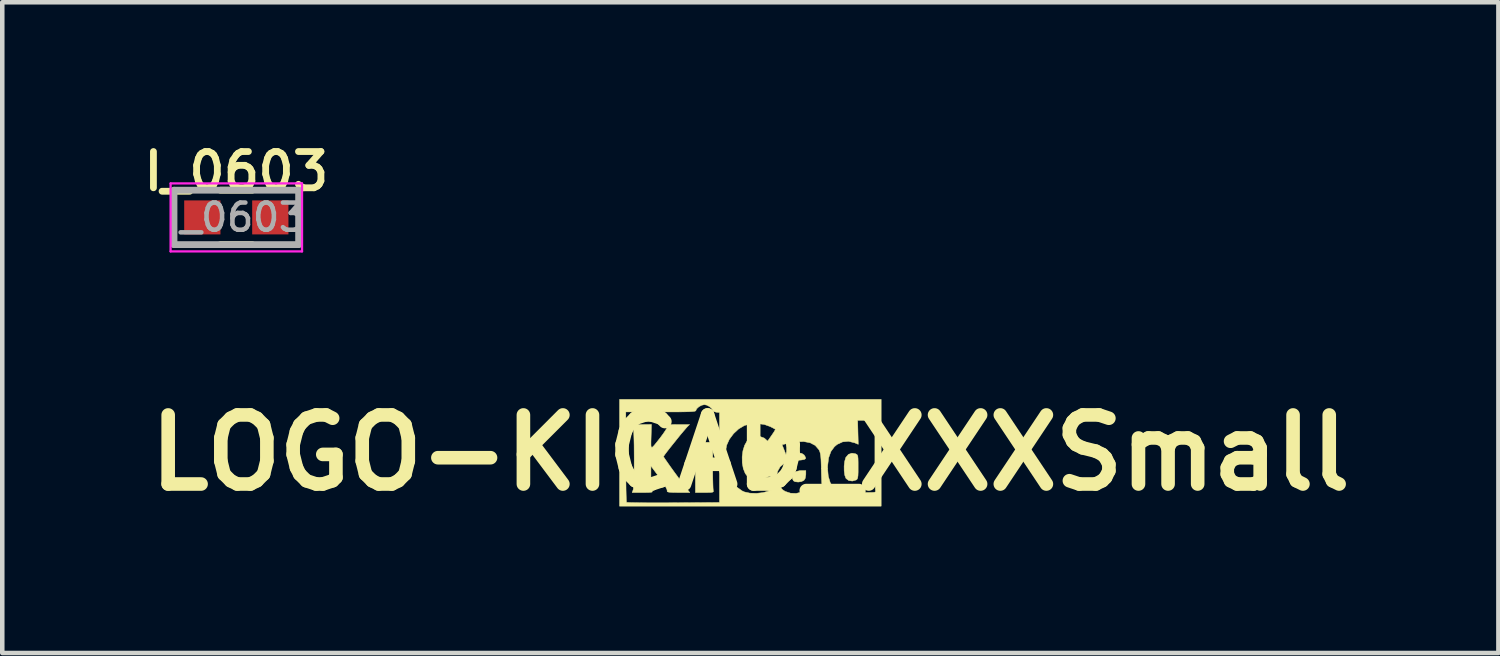
<source format=kicad_pcb>
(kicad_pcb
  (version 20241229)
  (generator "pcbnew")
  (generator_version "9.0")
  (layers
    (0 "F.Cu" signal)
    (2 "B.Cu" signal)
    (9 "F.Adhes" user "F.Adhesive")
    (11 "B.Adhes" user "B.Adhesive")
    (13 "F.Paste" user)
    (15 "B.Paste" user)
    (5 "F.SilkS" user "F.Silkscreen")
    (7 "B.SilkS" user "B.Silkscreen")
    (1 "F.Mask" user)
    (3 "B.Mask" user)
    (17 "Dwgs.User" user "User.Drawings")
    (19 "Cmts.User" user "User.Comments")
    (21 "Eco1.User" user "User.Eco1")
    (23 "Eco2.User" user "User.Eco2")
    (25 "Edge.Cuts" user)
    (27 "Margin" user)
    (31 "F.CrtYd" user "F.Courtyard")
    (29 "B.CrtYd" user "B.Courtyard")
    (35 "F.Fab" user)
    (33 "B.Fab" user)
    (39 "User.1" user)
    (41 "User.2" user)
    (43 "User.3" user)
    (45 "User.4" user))
  (footprint "LOGO-KICAD_XXXSmall"
    (layer "F.Cu")
    (at 13.506 6.94)
    (property "Reference" "LOGO-KICAD_XXXSmall" (at 0 0 0) (layer "F.SilkS") (effects (font (size 1.524 1.524) (thickness 0.3))))
    (attr through_hole)
    (fp_poly (pts (xy 1.224 0.481) (xy 1.21 0.565) (xy 1.182 0.608) (xy 1.127 0.635) (xy 1.056 0.646) (xy 0.988 0.638) (xy 0.951 0.619) (xy 0.93 0.576) (xy 0.924 0.528) (xy 0.944 0.461) (xy 1.002 0.415) (xy 1.094 0.394) (xy 1.125 0.393) (xy 1.224 0.393) (xy 1.224 0.481)) (stroke (width 0.01) (type solid)) (fill yes) (layer "F.SilkS"))
    (fp_poly (pts (xy -1.022 -0.231) (xy -0.831 -0.231) (xy -0.831 0.287) (xy -0.831 0.438) (xy -0.829 0.576) (xy -0.826 0.692) (xy -0.823 0.779) (xy -0.819 0.831) (xy -0.817 0.841) (xy -0.816 0.858) (xy -0.834 0.869) (xy -0.88 0.875) (xy -0.96 0.877) (xy -1.008 0.877) (xy -1.212 0.877) (xy -1.212 -0.231) (xy -1.022 -0.231)) (stroke (width 0.01) (type solid)) (fill yes) (layer "F.SilkS"))
    (fp_poly (pts (xy 2.319 0.022) (xy 2.344 0.034) (xy 2.361 0.05) (xy 2.371 0.079) (xy 2.376 0.131) (xy 2.378 0.213) (xy 2.378 0.31) (xy 2.378 0.426) (xy 2.375 0.504) (xy 2.368 0.552) (xy 2.356 0.581) (xy 2.339 0.597) (xy 2.334 0.6) (xy 2.25 0.624) (xy 2.172 0.613) (xy 2.112 0.568) (xy 2.108 0.562) (xy 2.083 0.495) (xy 2.07 0.399) (xy 2.069 0.292) (xy 2.081 0.19) (xy 2.104 0.109) (xy 2.108 0.101) (xy 2.165 0.035) (xy 2.241 0.009) (xy 2.319 0.022)) (stroke (width 0.01) (type solid)) (fill yes) (layer "F.SilkS"))
    (fp_poly (pts (xy -2.19 -0.352) (xy -2.193 -0.238) (xy -2.193 -0.161) (xy -2.185 -0.123) (xy -2.165 -0.121) (xy -2.128 -0.156) (xy -2.07 -0.227) (xy -1.989 -0.33) (xy -1.927 -0.414) (xy -1.875 -0.49) (xy -1.842 -0.547) (xy -1.833 -0.567) (xy -1.825 -0.592) (xy -1.81 -0.609) (xy -1.779 -0.618) (xy -1.723 -0.622) (xy -1.634 -0.623) (xy -1.58 -0.623) (xy -1.341 -0.623) (xy -1.393 -0.572) (xy -1.428 -0.532) (xy -1.482 -0.469) (xy -1.55 -0.388) (xy -1.624 -0.296) (xy -1.701 -0.2) (xy -1.774 -0.109) (xy -1.837 -0.028) (xy -1.885 0.036) (xy -1.912 0.075) (xy -1.917 0.083) (xy -1.904 0.106) (xy -1.868 0.159) (xy -1.815 0.235) (xy -1.75 0.327) (xy -1.677 0.428) (xy -1.602 0.53) (xy -1.531 0.628) (xy -1.467 0.713) (xy -1.416 0.778) (xy -1.415 0.779) (xy -1.336 0.877) (xy -1.593 0.877) (xy -1.719 0.875) (xy -1.799 0.869) (xy -1.834 0.859) (xy -1.835 0.854) (xy -1.838 0.817) (xy -1.871 0.747) (xy -1.933 0.648) (xy -2.022 0.521) (xy -2.065 0.464) (xy -2.194 0.292) (xy -2.194 0.557) (xy -2.191 0.697) (xy -2.183 0.793) (xy -2.17 0.844) (xy -2.166 0.85) (xy -2.163 0.863) (xy -2.188 0.871) (xy -2.247 0.876) (xy -2.346 0.877) (xy -2.373 0.877) (xy -2.608 0.877) (xy -2.586 0.818) (xy -2.579 0.777) (xy -2.573 0.698) (xy -2.569 0.589) (xy -2.566 0.456) (xy -2.564 0.307) (xy -2.563 0.15) (xy -2.564 -0.009) (xy -2.565 -0.162) (xy -2.568 -0.301) (xy -2.572 -0.42) (xy -2.577 -0.511) (xy -2.583 -0.567) (xy -2.587 -0.579) (xy -2.596 -0.6) (xy -2.589 -0.613) (xy -2.56 -0.62) (xy -2.5 -0.623) (xy -2.403 -0.623) (xy -2.396 -0.623) (xy -2.182 -0.624) (xy -2.19 -0.352)) (stroke (width 0.01) (type solid)) (fill yes) (layer "F.SilkS"))
    (fp_poly (pts (xy 2.886 1.178) (xy -2.886 1.178) (xy -2.886 -0.901) (xy -2.748 -0.901) (xy -2.748 0.089) (xy -2.747 0.298) (xy -2.746 0.493) (xy -2.745 0.669) (xy -2.743 0.82) (xy -2.74 0.943) (xy -2.737 1.033) (xy -2.734 1.083) (xy -2.732 1.093) (xy -2.707 1.096) (xy -2.639 1.099) (xy -2.536 1.101) (xy -2.4 1.103) (xy -2.237 1.104) (xy -2.052 1.104) (xy -1.849 1.104) (xy -1.699 1.103) (xy -0.681 1.097) (xy -0.681 0.122) (xy -0.555 0.122) (xy -0.544 0.278) (xy -0.516 0.421) (xy -0.477 0.526) (xy -0.395 0.653) (xy -0.294 0.761) (xy -0.184 0.84) (xy -0.132 0.864) (xy -0.009 0.891) (xy 0.134 0.896) (xy 0.281 0.879) (xy 0.413 0.842) (xy 0.458 0.823) (xy 0.58 0.76) (xy 0.518 0.651) (xy 0.48 0.587) (xy 0.45 0.54) (xy 0.439 0.524) (xy 0.412 0.524) (xy 0.357 0.543) (xy 0.305 0.568) (xy 0.191 0.611) (xy 0.09 0.611) (xy -0.006 0.569) (xy -0.045 0.54) (xy -0.084 0.492) (xy 0.583 0.492) (xy 0.59 0.617) (xy 0.635 0.729) (xy 0.713 0.817) (xy 0.769 0.853) (xy 0.888 0.892) (xy 1.01 0.897) (xy 1.119 0.87) (xy 1.149 0.855) (xy 1.198 0.828) (xy 1.22 0.827) (xy 1.224 0.843) (xy 1.232 0.86) (xy 1.263 0.871) (xy 1.325 0.876) (xy 1.423 0.877) (xy 1.52 0.876) (xy 1.578 0.871) (xy 1.601 0.862) (xy 1.598 0.849) (xy 1.589 0.816) (xy 1.581 0.744) (xy 1.574 0.64) (xy 1.569 0.511) (xy 1.566 0.416) (xy 1.565 0.347) (xy 1.704 0.347) (xy 1.719 0.517) (xy 1.763 0.661) (xy 1.836 0.774) (xy 1.928 0.848) (xy 2.049 0.891) (xy 2.18 0.896) (xy 2.303 0.863) (xy 2.316 0.857) (xy 2.371 0.832) (xy 2.397 0.831) (xy 2.401 0.845) (xy 2.412 0.862) (xy 2.45 0.872) (xy 2.521 0.877) (xy 2.589 0.877) (xy 2.681 0.876) (xy 2.736 0.872) (xy 2.761 0.862) (xy 2.763 0.846) (xy 2.762 0.841) (xy 2.758 0.81) (xy 2.755 0.738) (xy 2.753 0.632) (xy 2.75 0.496) (xy 2.749 0.338) (xy 2.748 0.162) (xy 2.748 0.044) (xy 2.748 -0.716) (xy 2.557 -0.716) (xy 2.367 -0.716) (xy 2.374 -0.451) (xy 2.381 -0.186) (xy 2.3 -0.22) (xy 2.166 -0.253) (xy 2.037 -0.241) (xy 1.916 -0.185) (xy 1.854 -0.133) (xy 1.777 -0.028) (xy 1.727 0.112) (xy 1.705 0.289) (xy 1.704 0.347) (xy 1.565 0.347) (xy 1.563 0.266) (xy 1.559 0.155) (xy 1.553 0.074) (xy 1.544 0.017) (xy 1.532 -0.026) (xy 1.516 -0.061) (xy 1.512 -0.068) (xy 1.431 -0.162) (xy 1.319 -0.221) (xy 1.176 -0.248) (xy 1.003 -0.24) (xy 0.885 -0.22) (xy 0.699 -0.179) (xy 0.747 -0.058) (xy 0.794 0.063) (xy 0.87 0.031) (xy 0.965 0.005) (xy 1.059 -0.001) (xy 1.138 0.016) (xy 1.188 0.051) (xy 1.216 0.099) (xy 1.218 0.13) (xy 1.188 0.149) (xy 1.121 0.16) (xy 1.042 0.166) (xy 0.876 0.189) (xy 0.749 0.235) (xy 0.658 0.307) (xy 0.603 0.405) (xy 0.583 0.492) (xy -0.084 0.492) (xy -0.112 0.458) (xy -0.156 0.349) (xy -0.179 0.222) (xy -0.181 0.089) (xy -0.164 -0.043) (xy -0.127 -0.163) (xy -0.072 -0.261) (xy 0.001 -0.328) (xy 0.016 -0.335) (xy 0.114 -0.362) (xy 0.215 -0.358) (xy 0.304 -0.325) (xy 0.331 -0.303) (xy 0.381 -0.257) (xy 0.47 -0.384) (xy 0.514 -0.449) (xy 0.543 -0.497) (xy 0.551 -0.518) (xy 0.551 -0.518) (xy 0.527 -0.532) (xy 0.476 -0.559) (xy 0.439 -0.578) (xy 0.307 -0.625) (xy 0.157 -0.644) (xy 0.006 -0.637) (xy -0.128 -0.603) (xy -0.134 -0.6) (xy -0.259 -0.526) (xy -0.372 -0.421) (xy -0.464 -0.297) (xy -0.522 -0.169) (xy -0.522 -0.168) (xy -0.548 -0.032) (xy -0.555 0.122) (xy -0.681 0.122) (xy -0.681 -0.889) (xy -0.756 -0.896) (xy -0.81 -0.91) (xy -0.831 -0.935) (xy -0.851 -0.976) (xy -0.9 -1.018) (xy -0.961 -1.051) (xy -1.016 -1.062) (xy -1.077 -1.048) (xy -1.138 -1.014) (xy -1.185 -0.971) (xy -1.201 -0.934) (xy -1.207 -0.924) (xy -1.227 -0.917) (xy -1.266 -0.911) (xy -1.329 -0.907) (xy -1.418 -0.904) (xy -1.54 -0.902) (xy -1.698 -0.901) (xy -1.896 -0.901) (xy -1.974 -0.901) (xy -2.748 -0.901) (xy -2.886 -0.901) (xy -2.886 -1.178) (xy 2.886 -1.178) (xy 2.886 1.178)) (stroke (width 0.01) (type solid)) (fill yes) (layer "F.SilkS")))
  (footprint "I_0603"
    (layer "F.Cu")
    (at 2.164 1.747)
    (property "Reference" "I_0603" (at 0 -1.016 0) (layer "F.SilkS") (effects (font (size 0.8 0.8) (thickness 0.15))))
    (attr smd)
    (fp_line (start -0.35 -0.6) (end 0.35 -0.6) (stroke (width 0.15) (type solid)) (layer "F.SilkS"))
    (fp_line (start 0.35 0.6) (end -0.35 0.6) (stroke (width 0.15) (type solid)) (layer "F.SilkS"))
    (fp_line (start -1.45 -0.75) (end -1.45 0.75) (stroke (width 0.05) (type solid)) (layer "F.CrtYd"))
    (fp_line (start -1.45 -0.75) (end 1.45 -0.75) (stroke (width 0.05) (type solid)) (layer "F.CrtYd"))
    (fp_line (start -1.45 0.75) (end 1.45 0.75) (stroke (width 0.05) (type solid)) (layer "F.CrtYd"))
    (fp_line (start 1.45 -0.75) (end 1.45 0.75) (stroke (width 0.05) (type solid)) (layer "F.CrtYd"))
    (fp_line (start -1.375 -0.6) (end 1.375 -0.6) (stroke (width 0.15) (type solid)) (layer "F.Fab"))
    (fp_line (start -1.375 0.6) (end -1.375 -0.6) (stroke (width 0.15) (type solid)) (layer "F.Fab"))
    (fp_line (start 1.375 0.6) (end -1.375 0.6) (stroke (width 0.15) (type solid)) (layer "F.Fab"))
    (fp_line (start 1.375 0.6) (end 1.375 -0.6) (stroke (width 0.15) (type solid)) (layer "F.Fab"))
    (fp_text user "${REFERENCE}" (at 0 0 0) (layer "F.Fab") (effects (font (size 0.6 0.6) (thickness 0.1))))
    (pad "1" smd rect (at -0.75 0) (size 0.8 0.75) (layers "F.Cu" "F.Mask" "F.Paste"))
    (pad "2" smd rect (at 0.75 0) (size 0.8 0.75) (layers "F.Cu" "F.Mask" "F.Paste")))
  (gr_rect
    (start -3 -3)
    (end 30.011 11.358)
    (stroke (width 0.1) (type default))
    (fill no)
    (layer "Edge.Cuts")))
</source>
